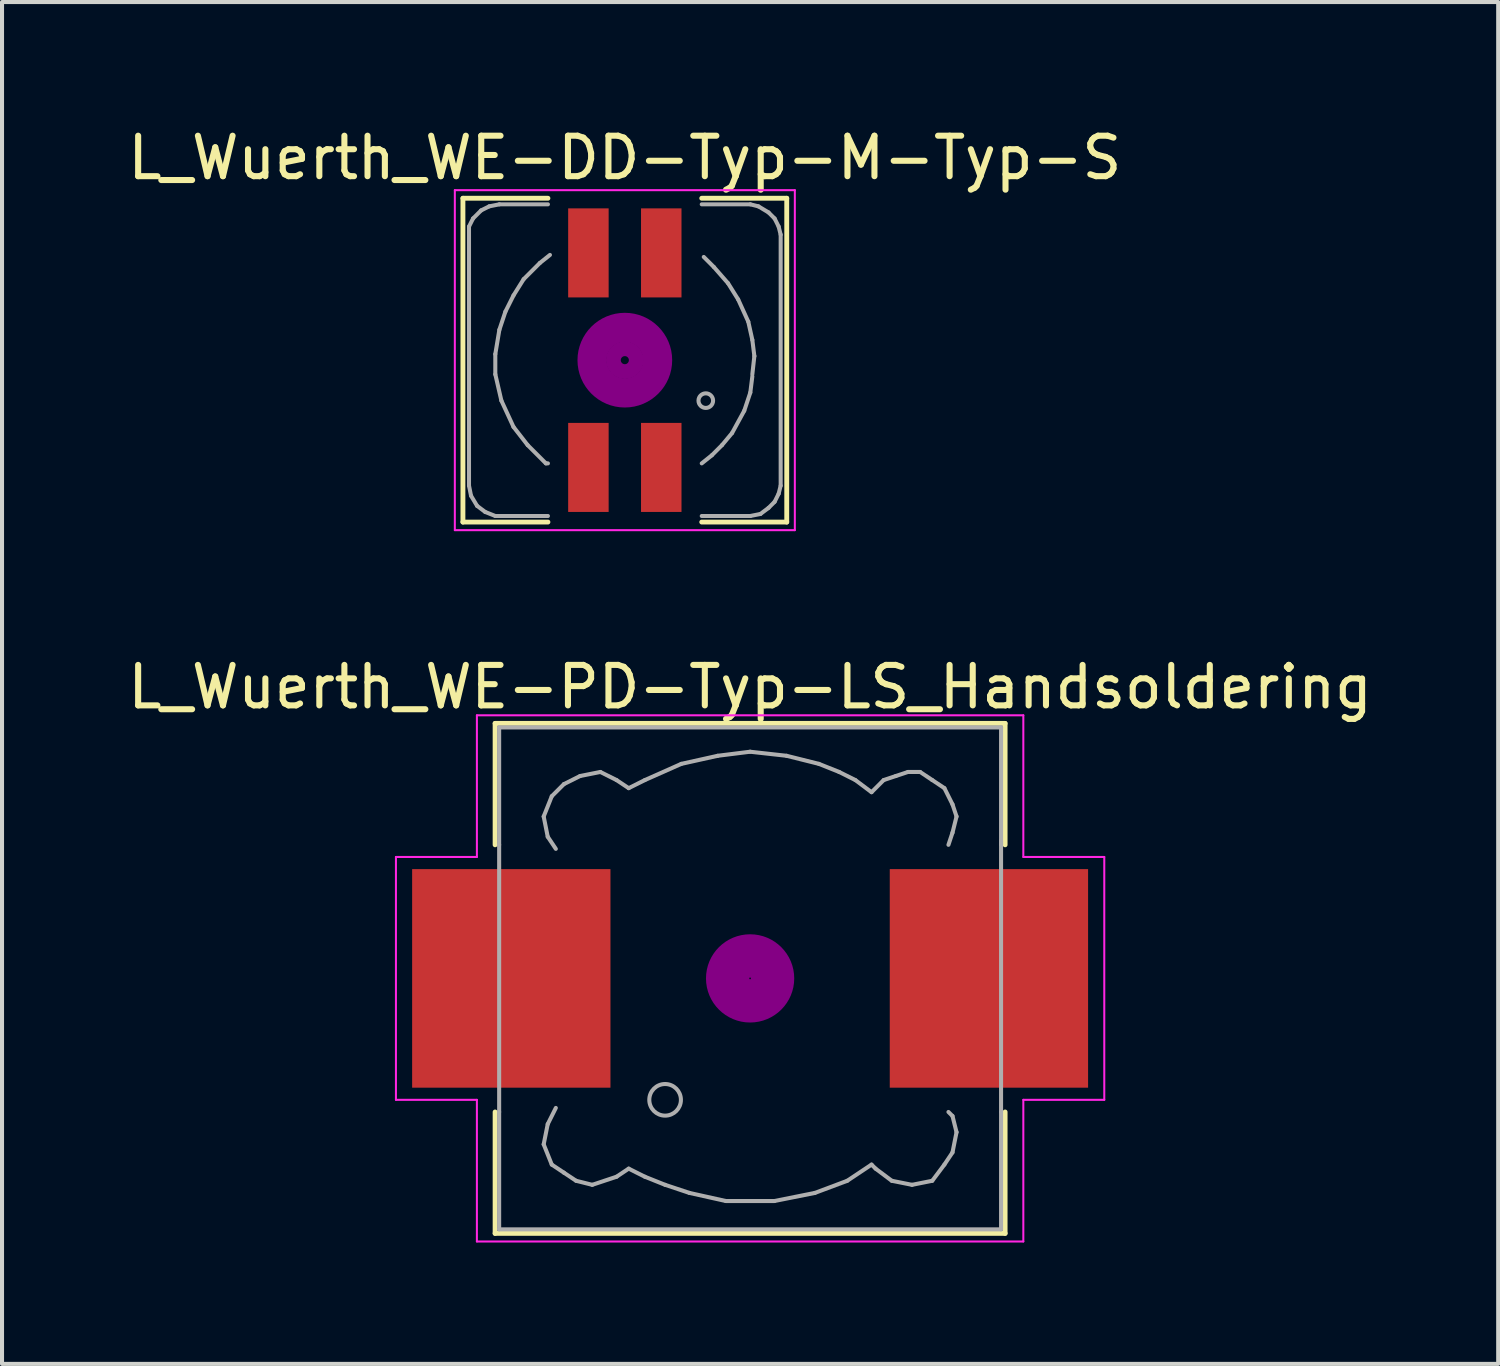
<source format=kicad_pcb>
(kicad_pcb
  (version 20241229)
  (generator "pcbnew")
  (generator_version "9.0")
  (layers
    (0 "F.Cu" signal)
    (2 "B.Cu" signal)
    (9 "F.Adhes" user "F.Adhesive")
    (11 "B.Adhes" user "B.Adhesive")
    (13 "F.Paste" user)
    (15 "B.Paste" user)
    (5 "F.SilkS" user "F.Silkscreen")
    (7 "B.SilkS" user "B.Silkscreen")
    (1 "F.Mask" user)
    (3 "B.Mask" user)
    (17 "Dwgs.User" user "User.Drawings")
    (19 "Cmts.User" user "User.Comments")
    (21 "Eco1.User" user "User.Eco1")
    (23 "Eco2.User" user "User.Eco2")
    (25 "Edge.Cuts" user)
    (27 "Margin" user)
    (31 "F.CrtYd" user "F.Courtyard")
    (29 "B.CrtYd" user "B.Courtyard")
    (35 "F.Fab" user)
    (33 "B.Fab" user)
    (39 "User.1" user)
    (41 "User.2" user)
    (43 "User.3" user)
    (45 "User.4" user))
  (footprint "L_Wuerth_WE-DD-Typ-M-Typ-S"
    (layer "F.Cu")
    (at 12.387 5.848)
    (property "Reference" "L_Wuerth_WE-DD-Typ-M-Typ-S" (at 0 -5 0) (layer "F.SilkS") (effects (font (size 1 1) (thickness 0.15))))
    (attr smd)
    (fp_line (start -4 -4) (end -1.9 -4) (stroke (width 0.12) (type solid)) (layer "F.SilkS"))
    (fp_line (start -4 4) (end -4 -4) (stroke (width 0.12) (type solid)) (layer "F.SilkS"))
    (fp_line (start -1.9 4) (end -4 4) (stroke (width 0.12) (type solid)) (layer "F.SilkS"))
    (fp_line (start 1.9 -4) (end 4 -4) (stroke (width 0.12) (type solid)) (layer "F.SilkS"))
    (fp_line (start 4 -4) (end 4 4) (stroke (width 0.12) (type solid)) (layer "F.SilkS"))
    (fp_line (start 4 4) (end 1.9 4) (stroke (width 0.12) (type solid)) (layer "F.SilkS"))
    (fp_circle (center 0 0) (end 0.1 0) (stroke (width 0.3) (type solid)) (fill no) (layer "F.Adhes"))
    (fp_circle (center 0 0) (end 0.3 -0.1) (stroke (width 0.3) (type solid)) (fill no) (layer "F.Adhes"))
    (fp_circle (center 0 0) (end 0.6 0) (stroke (width 0.3) (type solid)) (fill no) (layer "F.Adhes"))
    (fp_circle (center 0 0) (end 0.8 -0.1) (stroke (width 0.3) (type solid)) (fill no) (layer "F.Adhes"))
    (fp_circle (center 0 0) (end 1 -0.2) (stroke (width 0.3) (type solid)) (fill no) (layer "F.Adhes"))
    (fp_circle (center 0.8 0) (end 0.8 0) (stroke (width 0.3) (type solid)) (fill no) (layer "F.Adhes"))
    (fp_line (start -4.2 -4.2) (end 4.2 -4.2) (stroke (width 0.05) (type solid)) (layer "F.CrtYd"))
    (fp_line (start -4.2 4.2) (end -4.2 -4.2) (stroke (width 0.05) (type solid)) (layer "F.CrtYd"))
    (fp_line (start 4.2 -4.2) (end 4.2 4.2) (stroke (width 0.05) (type solid)) (layer "F.CrtYd"))
    (fp_line (start 4.2 4.2) (end -4.2 4.2) (stroke (width 0.05) (type solid)) (layer "F.CrtYd"))
    (fp_line (start -3.85 -3.3) (end -3.85 -3.1) (stroke (width 0.1) (type solid)) (layer "F.Fab"))
    (fp_line (start -3.85 -3.1) (end -3.85 3.1) (stroke (width 0.1) (type solid)) (layer "F.Fab"))
    (fp_line (start -3.85 3.1) (end -3.8 3.35) (stroke (width 0.1) (type solid)) (layer "F.Fab"))
    (fp_line (start -3.8 3.35) (end -3.65 3.6) (stroke (width 0.1) (type solid)) (layer "F.Fab"))
    (fp_line (start -3.75 -3.5) (end -3.85 -3.3) (stroke (width 0.1) (type solid)) (layer "F.Fab"))
    (fp_line (start -3.65 3.6) (end -3.45 3.75) (stroke (width 0.1) (type solid)) (layer "F.Fab"))
    (fp_line (start -3.55 -3.7) (end -3.75 -3.5) (stroke (width 0.1) (type solid)) (layer "F.Fab"))
    (fp_line (start -3.45 3.75) (end -3.2 3.85) (stroke (width 0.1) (type solid)) (layer "F.Fab"))
    (fp_line (start -3.35 -3.8) (end -3.55 -3.7) (stroke (width 0.1) (type solid)) (layer "F.Fab"))
    (fp_line (start -3.2 -0.15) (end -3.2 0.35) (stroke (width 0.1) (type solid)) (layer "F.Fab"))
    (fp_line (start -3.2 0.35) (end -3.05 1) (stroke (width 0.1) (type solid)) (layer "F.Fab"))
    (fp_line (start -3.2 3.85) (end -3.1 3.85) (stroke (width 0.1) (type solid)) (layer "F.Fab"))
    (fp_line (start -3.1 -3.85) (end -3.35 -3.8) (stroke (width 0.1) (type solid)) (layer "F.Fab"))
    (fp_line (start -3.1 -0.75) (end -3.2 -0.15) (stroke (width 0.1) (type solid)) (layer "F.Fab"))
    (fp_line (start -3.1 3.85) (end -1.9 3.85) (stroke (width 0.1) (type solid)) (layer "F.Fab"))
    (fp_line (start -3.05 1) (end -2.75 1.65) (stroke (width 0.1) (type solid)) (layer "F.Fab"))
    (fp_line (start -2.95 -1.2) (end -3.1 -0.75) (stroke (width 0.1) (type solid)) (layer "F.Fab"))
    (fp_line (start -2.75 -1.6) (end -2.95 -1.2) (stroke (width 0.1) (type solid)) (layer "F.Fab"))
    (fp_line (start -2.75 1.65) (end -2.4 2.1) (stroke (width 0.1) (type solid)) (layer "F.Fab"))
    (fp_line (start -2.5 -2) (end -2.75 -1.6) (stroke (width 0.1) (type solid)) (layer "F.Fab"))
    (fp_line (start -2.4 2.1) (end -1.95 2.55) (stroke (width 0.1) (type solid)) (layer "F.Fab"))
    (fp_line (start -2.1 -2.4) (end -2.5 -2) (stroke (width 0.1) (type solid)) (layer "F.Fab"))
    (fp_line (start -1.95 2.55) (end -1.9 2.55) (stroke (width 0.1) (type solid)) (layer "F.Fab"))
    (fp_line (start -1.9 -3.85) (end -3.1 -3.85) (stroke (width 0.1) (type solid)) (layer "F.Fab"))
    (fp_line (start -1.85 -2.6) (end -2.1 -2.4) (stroke (width 0.1) (type solid)) (layer "F.Fab"))
    (fp_line (start 1.9 -3.85) (end 3.1 -3.85) (stroke (width 0.1) (type solid)) (layer "F.Fab"))
    (fp_line (start 1.95 -2.55) (end 2.2 -2.3) (stroke (width 0.1) (type solid)) (layer "F.Fab"))
    (fp_line (start 2.15 2.35) (end 1.9 2.55) (stroke (width 0.1) (type solid)) (layer "F.Fab"))
    (fp_line (start 2.2 -2.3) (end 2.55 -1.9) (stroke (width 0.1) (type solid)) (layer "F.Fab"))
    (fp_line (start 2.4 2.1) (end 2.15 2.35) (stroke (width 0.1) (type solid)) (layer "F.Fab"))
    (fp_line (start 2.55 -1.9) (end 2.8 -1.5) (stroke (width 0.1) (type solid)) (layer "F.Fab"))
    (fp_line (start 2.65 1.8) (end 2.4 2.1) (stroke (width 0.1) (type solid)) (layer "F.Fab"))
    (fp_line (start 2.8 -1.5) (end 3.05 -0.95) (stroke (width 0.1) (type solid)) (layer "F.Fab"))
    (fp_line (start 2.95 1.25) (end 2.65 1.8) (stroke (width 0.1) (type solid)) (layer "F.Fab"))
    (fp_line (start 3.05 -0.95) (end 3.15 -0.5) (stroke (width 0.1) (type solid)) (layer "F.Fab"))
    (fp_line (start 3.1 -3.85) (end 3.3 -3.8) (stroke (width 0.1) (type solid)) (layer "F.Fab"))
    (fp_line (start 3.1 0.8) (end 2.95 1.25) (stroke (width 0.1) (type solid)) (layer "F.Fab"))
    (fp_line (start 3.1 3.85) (end 1.9 3.85) (stroke (width 0.1) (type solid)) (layer "F.Fab"))
    (fp_line (start 3.15 -0.5) (end 3.2 -0.1) (stroke (width 0.1) (type solid)) (layer "F.Fab"))
    (fp_line (start 3.15 0.4) (end 3.1 0.8) (stroke (width 0.1) (type solid)) (layer "F.Fab"))
    (fp_line (start 3.2 -0.1) (end 3.15 0.35) (stroke (width 0.1) (type solid)) (layer "F.Fab"))
    (fp_line (start 3.3 -3.8) (end 3.55 -3.65) (stroke (width 0.1) (type solid)) (layer "F.Fab"))
    (fp_line (start 3.35 3.8) (end 3.1 3.85) (stroke (width 0.1) (type solid)) (layer "F.Fab"))
    (fp_line (start 3.55 -3.65) (end 3.7 -3.5) (stroke (width 0.1) (type solid)) (layer "F.Fab"))
    (fp_line (start 3.55 3.65) (end 3.35 3.8) (stroke (width 0.1) (type solid)) (layer "F.Fab"))
    (fp_line (start 3.7 -3.5) (end 3.8 -3.3) (stroke (width 0.1) (type solid)) (layer "F.Fab"))
    (fp_line (start 3.7 3.5) (end 3.55 3.65) (stroke (width 0.1) (type solid)) (layer "F.Fab"))
    (fp_line (start 3.8 -3.3) (end 3.85 -3.1) (stroke (width 0.1) (type solid)) (layer "F.Fab"))
    (fp_line (start 3.8 3.3) (end 3.7 3.5) (stroke (width 0.1) (type solid)) (layer "F.Fab"))
    (fp_line (start 3.85 -3.1) (end 3.85 3.1) (stroke (width 0.1) (type solid)) (layer "F.Fab"))
    (fp_line (start 3.85 3.1) (end 3.8 3.3) (stroke (width 0.1) (type solid)) (layer "F.Fab"))
    (fp_circle (center 2 1) (end 2.15 0.9) (stroke (width 0.1) (type solid)) (fill no) (layer "F.Fab"))
    (pad "1" smd rect (at -0.9 2.65) (size 1 2.2) (layers "F.Cu" "F.Mask" "F.Paste"))
    (pad "2" smd rect (at -0.9 -2.65) (size 1 2.2) (layers "F.Cu" "F.Mask" "F.Paste"))
    (pad "3" smd rect (at 0.9 -2.65) (size 1 2.2) (layers "F.Cu" "F.Mask" "F.Paste"))
    (pad "4" smd rect (at 0.9 2.65) (size 1 2.2) (layers "F.Cu" "F.Mask" "F.Paste")))
  (footprint "L_Wuerth_WE-PD-Typ-LS_Handsoldering"
    (layer "F.Cu")
    (at 15.482 21.122)
    (property "Reference" "L_Wuerth_WE-PD-Typ-LS_Handsoldering" (at 0 -7.2 0) (layer "F.SilkS") (effects (font (size 1 1) (thickness 0.15))))
    (attr smd)
    (fp_line (start -6.3 -6.3) (end 6.3 -6.3) (stroke (width 0.12) (type solid)) (layer "F.SilkS"))
    (fp_line (start -6.3 -3.3) (end -6.3 -6.3) (stroke (width 0.12) (type solid)) (layer "F.SilkS"))
    (fp_line (start -6.3 6.3) (end -6.3 3.3) (stroke (width 0.12) (type solid)) (layer "F.SilkS"))
    (fp_line (start 6.3 -6.3) (end 6.3 -3.3) (stroke (width 0.12) (type solid)) (layer "F.SilkS"))
    (fp_line (start 6.3 3.3) (end 6.3 6.3) (stroke (width 0.12) (type solid)) (layer "F.SilkS"))
    (fp_line (start 6.3 6.3) (end -6.3 6.3) (stroke (width 0.12) (type solid)) (layer "F.SilkS"))
    (fp_circle (center 0 0) (end 0.15 0.15) (stroke (width 0.38) (type solid)) (fill no) (layer "F.Adhes"))
    (fp_circle (center 0 0) (end 0.55 0) (stroke (width 0.38) (type solid)) (fill no) (layer "F.Adhes"))
    (fp_circle (center 0 0) (end 0.9 0) (stroke (width 0.38) (type solid)) (fill no) (layer "F.Adhes"))
    (fp_line (start -8.75 -3) (end -6.75 -3) (stroke (width 0.05) (type solid)) (layer "F.CrtYd"))
    (fp_line (start -8.75 3) (end -8.75 -3) (stroke (width 0.05) (type solid)) (layer "F.CrtYd"))
    (fp_line (start -6.75 -6.5) (end 6.75 -6.5) (stroke (width 0.05) (type solid)) (layer "F.CrtYd"))
    (fp_line (start -6.75 -3) (end -6.75 -6.5) (stroke (width 0.05) (type solid)) (layer "F.CrtYd"))
    (fp_line (start -6.75 3) (end -8.75 3) (stroke (width 0.05) (type solid)) (layer "F.CrtYd"))
    (fp_line (start -6.75 6.5) (end -6.75 3) (stroke (width 0.05) (type solid)) (layer "F.CrtYd"))
    (fp_line (start 6.75 -6.5) (end 6.75 -3) (stroke (width 0.05) (type solid)) (layer "F.CrtYd"))
    (fp_line (start 6.75 -3) (end 8.75 -3) (stroke (width 0.05) (type solid)) (layer "F.CrtYd"))
    (fp_line (start 6.75 3) (end 6.75 6.5) (stroke (width 0.05) (type solid)) (layer "F.CrtYd"))
    (fp_line (start 6.75 6.5) (end -6.75 6.5) (stroke (width 0.05) (type solid)) (layer "F.CrtYd"))
    (fp_line (start 8.75 -3) (end 8.75 3) (stroke (width 0.05) (type solid)) (layer "F.CrtYd"))
    (fp_line (start 8.75 3) (end 6.75 3) (stroke (width 0.05) (type solid)) (layer "F.CrtYd"))
    (fp_line (start -6.2 -6.2) (end -6.2 -3.3) (stroke (width 0.1) (type solid)) (layer "F.Fab"))
    (fp_line (start -6.2 -3.3) (end -6.2 3.3) (stroke (width 0.1) (type solid)) (layer "F.Fab"))
    (fp_line (start -6.2 3.3) (end -6.2 6.2) (stroke (width 0.1) (type solid)) (layer "F.Fab"))
    (fp_line (start -6.2 6.2) (end 6.2 6.2) (stroke (width 0.1) (type solid)) (layer "F.Fab"))
    (fp_line (start -5.1 -4) (end -5 -3.5) (stroke (width 0.1) (type solid)) (layer "F.Fab"))
    (fp_line (start -5.1 4.1) (end -5 3.6) (stroke (width 0.1) (type solid)) (layer "F.Fab"))
    (fp_line (start -5 -3.5) (end -4.8 -3.2) (stroke (width 0.1) (type solid)) (layer "F.Fab"))
    (fp_line (start -5 3.6) (end -4.8 3.2) (stroke (width 0.1) (type solid)) (layer "F.Fab"))
    (fp_line (start -4.9 -4.5) (end -5.1 -4) (stroke (width 0.1) (type solid)) (layer "F.Fab"))
    (fp_line (start -4.9 4.6) (end -5.1 4.1) (stroke (width 0.1) (type solid)) (layer "F.Fab"))
    (fp_line (start -4.6 -4.8) (end -4.9 -4.5) (stroke (width 0.1) (type solid)) (layer "F.Fab"))
    (fp_line (start -4.6 4.8) (end -4.9 4.6) (stroke (width 0.1) (type solid)) (layer "F.Fab"))
    (fp_line (start -4.3 5) (end -4.6 4.8) (stroke (width 0.1) (type solid)) (layer "F.Fab"))
    (fp_line (start -4.2 -5) (end -4.6 -4.8) (stroke (width 0.1) (type solid)) (layer "F.Fab"))
    (fp_line (start -3.9 5.1) (end -4.3 5) (stroke (width 0.1) (type solid)) (layer "F.Fab"))
    (fp_line (start -3.7 -5.1) (end -4.2 -5) (stroke (width 0.1) (type solid)) (layer "F.Fab"))
    (fp_line (start -3.3 -4.9) (end -3.7 -5.1) (stroke (width 0.1) (type solid)) (layer "F.Fab"))
    (fp_line (start -3.3 4.9) (end -3.9 5.1) (stroke (width 0.1) (type solid)) (layer "F.Fab"))
    (fp_line (start -3 -4.7) (end -3.3 -4.9) (stroke (width 0.1) (type solid)) (layer "F.Fab"))
    (fp_line (start -3 4.7) (end -3.3 4.9) (stroke (width 0.1) (type solid)) (layer "F.Fab"))
    (fp_line (start -2.6 -4.9) (end -3 -4.7) (stroke (width 0.1) (type solid)) (layer "F.Fab"))
    (fp_line (start -2.6 4.9) (end -3 4.7) (stroke (width 0.1) (type solid)) (layer "F.Fab"))
    (fp_line (start -2.1 5.1) (end -2.6 4.9) (stroke (width 0.1) (type solid)) (layer "F.Fab"))
    (fp_line (start -1.7 -5.3) (end -2.6 -4.9) (stroke (width 0.1) (type solid)) (layer "F.Fab"))
    (fp_line (start -1.5 5.3) (end -2.1 5.1) (stroke (width 0.1) (type solid)) (layer "F.Fab"))
    (fp_line (start -0.8 -5.5) (end -1.7 -5.3) (stroke (width 0.1) (type solid)) (layer "F.Fab"))
    (fp_line (start -0.6 5.5) (end -1.5 5.3) (stroke (width 0.1) (type solid)) (layer "F.Fab"))
    (fp_line (start 0 -5.6) (end -0.8 -5.5) (stroke (width 0.1) (type solid)) (layer "F.Fab"))
    (fp_line (start 0.6 5.5) (end -0.6 5.5) (stroke (width 0.1) (type solid)) (layer "F.Fab"))
    (fp_line (start 0.9 -5.5) (end 0 -5.6) (stroke (width 0.1) (type solid)) (layer "F.Fab"))
    (fp_line (start 1.6 5.3) (end 0.6 5.5) (stroke (width 0.1) (type solid)) (layer "F.Fab"))
    (fp_line (start 1.7 -5.3) (end 0.9 -5.5) (stroke (width 0.1) (type solid)) (layer "F.Fab"))
    (fp_line (start 2.2 -5.1) (end 1.7 -5.3) (stroke (width 0.1) (type solid)) (layer "F.Fab"))
    (fp_line (start 2.4 5) (end 1.6 5.3) (stroke (width 0.1) (type solid)) (layer "F.Fab"))
    (fp_line (start 2.6 -4.9) (end 2.2 -5.1) (stroke (width 0.1) (type solid)) (layer "F.Fab"))
    (fp_line (start 3 -4.6) (end 2.6 -4.9) (stroke (width 0.1) (type solid)) (layer "F.Fab"))
    (fp_line (start 3 4.6) (end 2.4 5) (stroke (width 0.1) (type solid)) (layer "F.Fab"))
    (fp_line (start 3.1 4.7) (end 3 4.6) (stroke (width 0.1) (type solid)) (layer "F.Fab"))
    (fp_line (start 3.3 -4.9) (end 3 -4.6) (stroke (width 0.1) (type solid)) (layer "F.Fab"))
    (fp_line (start 3.5 5) (end 3.1 4.7) (stroke (width 0.1) (type solid)) (layer "F.Fab"))
    (fp_line (start 3.6 -5) (end 3.3 -4.9) (stroke (width 0.1) (type solid)) (layer "F.Fab"))
    (fp_line (start 3.9 -5.1) (end 3.6 -5) (stroke (width 0.1) (type solid)) (layer "F.Fab"))
    (fp_line (start 4 5.1) (end 3.5 5) (stroke (width 0.1) (type solid)) (layer "F.Fab"))
    (fp_line (start 4.2 -5.1) (end 3.9 -5.1) (stroke (width 0.1) (type solid)) (layer "F.Fab"))
    (fp_line (start 4.5 -4.9) (end 4.2 -5.1) (stroke (width 0.1) (type solid)) (layer "F.Fab"))
    (fp_line (start 4.5 5) (end 4 5.1) (stroke (width 0.1) (type solid)) (layer "F.Fab"))
    (fp_line (start 4.8 -4.7) (end 4.5 -4.9) (stroke (width 0.1) (type solid)) (layer "F.Fab"))
    (fp_line (start 4.8 4.6) (end 4.5 5) (stroke (width 0.1) (type solid)) (layer "F.Fab"))
    (fp_line (start 4.9 -3.3) (end 5 -3.6) (stroke (width 0.1) (type solid)) (layer "F.Fab"))
    (fp_line (start 4.9 3.3) (end 5 3.4) (stroke (width 0.1) (type solid)) (layer "F.Fab"))
    (fp_line (start 5 -4.3) (end 4.8 -4.7) (stroke (width 0.1) (type solid)) (layer "F.Fab"))
    (fp_line (start 5 -3.6) (end 5.1 -4) (stroke (width 0.1) (type solid)) (layer "F.Fab"))
    (fp_line (start 5 3.4) (end 5.1 3.8) (stroke (width 0.1) (type solid)) (layer "F.Fab"))
    (fp_line (start 5 4.3) (end 4.8 4.6) (stroke (width 0.1) (type solid)) (layer "F.Fab"))
    (fp_line (start 5.1 -4) (end 5 -4.3) (stroke (width 0.1) (type solid)) (layer "F.Fab"))
    (fp_line (start 5.1 3.8) (end 5 4.3) (stroke (width 0.1) (type solid)) (layer "F.Fab"))
    (fp_line (start 6.2 -6.2) (end -6.2 -6.2) (stroke (width 0.1) (type solid)) (layer "F.Fab"))
    (fp_line (start 6.2 -6.2) (end 6.2 -3.3) (stroke (width 0.1) (type solid)) (layer "F.Fab"))
    (fp_line (start 6.2 3.3) (end 6.2 -3.4) (stroke (width 0.1) (type solid)) (layer "F.Fab"))
    (fp_line (start 6.2 6.2) (end 6.2 3.3) (stroke (width 0.1) (type solid)) (layer "F.Fab"))
    (fp_circle (center -2.1 3) (end -1.8 3.25) (stroke (width 0.1) (type solid)) (fill no) (layer "F.Fab"))
    (pad "1" smd rect (at -5.9 0) (size 4.9 5.4) (layers "F.Cu" "F.Mask" "F.Paste"))
    (pad "2" smd rect (at 5.9 0) (size 4.9 5.4) (layers "F.Cu" "F.Mask" "F.Paste")))
  (gr_rect
    (start -3 -3)
    (end 33.964 30.646)
    (stroke (width 0.1) (type default))
    (fill no)
    (layer "Edge.Cuts")))
</source>
